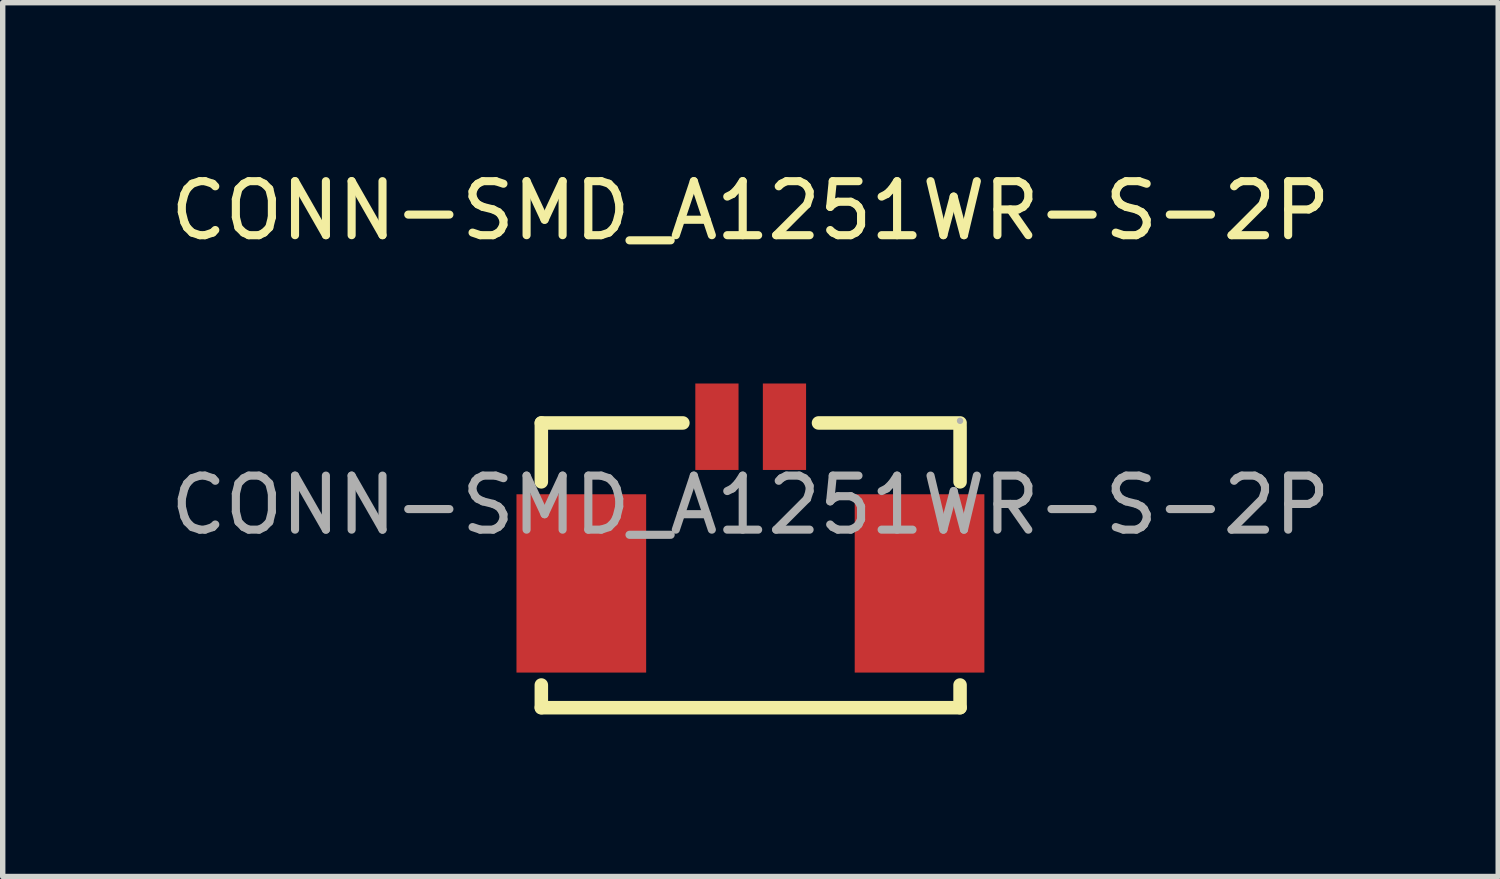
<source format=kicad_pcb>
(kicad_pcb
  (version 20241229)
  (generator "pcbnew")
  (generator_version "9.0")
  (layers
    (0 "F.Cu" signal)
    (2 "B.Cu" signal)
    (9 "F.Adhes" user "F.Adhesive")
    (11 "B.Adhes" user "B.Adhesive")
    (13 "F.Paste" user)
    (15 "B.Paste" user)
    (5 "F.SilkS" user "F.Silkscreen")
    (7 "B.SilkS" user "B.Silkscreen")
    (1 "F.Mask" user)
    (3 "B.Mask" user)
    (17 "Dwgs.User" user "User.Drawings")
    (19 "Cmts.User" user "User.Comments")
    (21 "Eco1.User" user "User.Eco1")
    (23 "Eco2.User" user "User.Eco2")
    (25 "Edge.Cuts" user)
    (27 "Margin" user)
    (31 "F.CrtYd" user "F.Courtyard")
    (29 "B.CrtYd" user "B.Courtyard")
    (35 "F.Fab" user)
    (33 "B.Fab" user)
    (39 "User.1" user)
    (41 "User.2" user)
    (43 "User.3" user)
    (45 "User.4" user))
  (footprint "CONN-SMD_A1251WR-S-2P"
    (layer "F.Cu")
    (at 10.839 6.298)
    (property "Reference" "CONN-SMD_A1251WR-S-2P" (at 0 -5.45 0) (layer "F.SilkS") (effects (font (size 1 1) (thickness 0.15))))
    (attr smd)
    (fp_line (start -3.87 -1.52) (end -1.25 -1.52) (stroke (width 0.25) (type solid)) (layer "F.SilkS"))
    (fp_line (start -3.87 -0.43) (end -3.87 -1.52) (stroke (width 0.25) (type solid)) (layer "F.SilkS"))
    (fp_line (start -3.87 3.75) (end -3.87 3.33) (stroke (width 0.25) (type solid)) (layer "F.SilkS"))
    (fp_line (start 1.26 -1.52) (end 3.88 -1.52) (stroke (width 0.25) (type solid)) (layer "F.SilkS"))
    (fp_line (start 3.88 -1.45) (end 3.88 -0.43) (stroke (width 0.25) (type solid)) (layer "F.SilkS"))
    (fp_line (start 3.88 3.33) (end 3.88 3.75) (stroke (width 0.25) (type solid)) (layer "F.SilkS"))
    (fp_line (start 3.88 3.75) (end -3.87 3.75) (stroke (width 0.25) (type solid)) (layer "F.SilkS"))
    (fp_circle (center 3.88 -1.56) (end 3.91 -1.56) (stroke (width 0.06) (type solid)) (fill no) (layer "F.Fab"))
    (fp_text user "${REFERENCE}" (at 0 0 0) (layer "F.Fab") (effects (font (size 1 1) (thickness 0.15))))
    (pad "1" smd rect (at 0.63 -1.45) (size 0.8 1.6) (layers "F.Cu" "F.Mask" "F.Paste"))
    (pad "2" smd rect (at -0.62 -1.45) (size 0.8 1.6) (layers "F.Cu" "F.Mask" "F.Paste"))
    (pad "3" smd rect (at -3.13 1.45) (size 2.4 3.3) (layers "F.Cu" "F.Mask" "F.Paste"))
    (pad "4" smd rect (at 3.13 1.45) (size 2.4 3.3) (layers "F.Cu" "F.Mask" "F.Paste")))
  (gr_rect
    (start -3 -3)
    (end 24.679 13.173)
    (stroke (width 0.1) (type default))
    (fill no)
    (layer "Edge.Cuts")))
</source>
